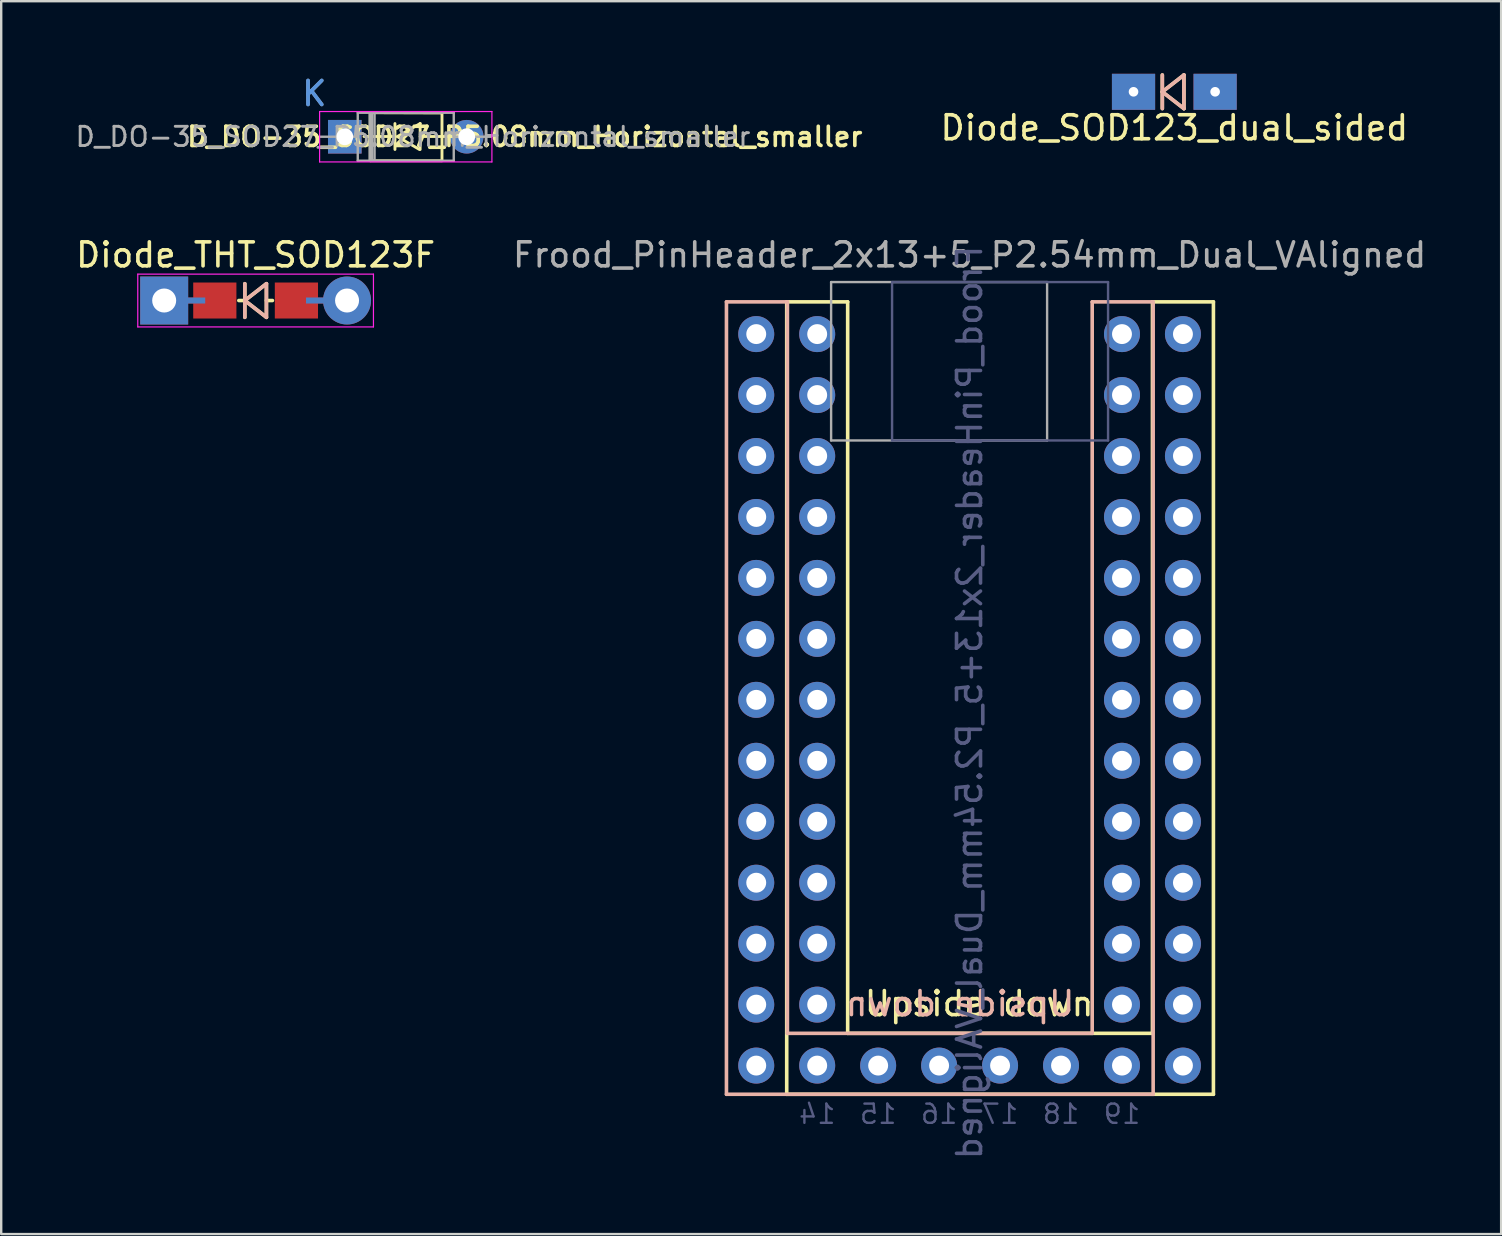
<source format=kicad_pcb>
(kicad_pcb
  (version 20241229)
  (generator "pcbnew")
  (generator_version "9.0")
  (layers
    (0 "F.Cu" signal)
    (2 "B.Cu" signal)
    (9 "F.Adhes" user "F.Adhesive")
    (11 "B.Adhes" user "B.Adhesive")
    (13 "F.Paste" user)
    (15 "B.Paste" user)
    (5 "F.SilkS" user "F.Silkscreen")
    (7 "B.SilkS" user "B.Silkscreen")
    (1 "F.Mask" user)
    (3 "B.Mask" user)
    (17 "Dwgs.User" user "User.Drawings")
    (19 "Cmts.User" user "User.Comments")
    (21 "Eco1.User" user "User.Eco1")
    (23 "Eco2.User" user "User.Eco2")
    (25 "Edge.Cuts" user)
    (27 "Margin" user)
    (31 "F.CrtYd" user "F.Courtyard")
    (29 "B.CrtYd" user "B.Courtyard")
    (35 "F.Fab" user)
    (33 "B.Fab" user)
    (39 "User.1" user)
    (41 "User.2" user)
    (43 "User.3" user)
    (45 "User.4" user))
  (footprint "Diode_SOD123_dual_sided"
    (placed yes)
    (layer "F.Cu")
    (at 45.882 0.775)
    (property "Reference" "Diode_SOD123_dual_sided" (at 0 1.5 0) (layer "F.SilkS") (effects (font (size 1 1) (thickness 0.15))))
    (attr through_hole)
    (fp_line (start -0.5 -0.7) (end -0.5 0.7) (stroke (width 0.15) (type solid)) (layer "F.SilkS"))
    (fp_line (start -0.5 0) (end 0.4 -0.7) (stroke (width 0.15) (type solid)) (layer "F.SilkS"))
    (fp_line (start 0.4 -0.7) (end 0.4 0.7) (stroke (width 0.15) (type solid)) (layer "F.SilkS"))
    (fp_line (start 0.4 0.7) (end -0.5 0) (stroke (width 0.15) (type solid)) (layer "F.SilkS"))
    (fp_line (start -0.5 -0.7) (end -0.5 0.7) (stroke (width 0.15) (type solid)) (layer "B.SilkS"))
    (fp_line (start -0.5 0) (end 0.4 -0.7) (stroke (width 0.15) (type solid)) (layer "B.SilkS"))
    (fp_line (start 0.4 -0.7) (end 0.4 0.7) (stroke (width 0.15) (type solid)) (layer "B.SilkS"))
    (fp_line (start 0.4 0.7) (end -0.5 0) (stroke (width 0.15) (type solid)) (layer "B.SilkS"))
    (pad "1" thru_hole rect (at -1.7 0) (size 1.8 1.5) (drill 0.4) (layers "*.Cu" "*.Mask"))
    (pad "2" thru_hole rect (at 1.7 0) (size 1.8 1.5) (drill 0.4) (layers "*.Cu" "*.Mask")))
  (footprint "Frood_PinHeader_2x13+5_P2.54mm_Dual_VAligned"
    (layer "F.Cu")
    (at 37.351 10.871)
    (property "Reference" "Frood_PinHeader_2x13+5_P2.54mm_Dual_VAligned" (at 0 -3.3 0) (layer "F.Fab") (effects (font (size 1 1) (thickness 0.15))))
    (attr through_hole)
    (fp_line (start -7.62 -1.344) (end -5.08 -1.344) (stroke (width 0.15) (type solid)) (layer "F.SilkS"))
    (fp_line (start -7.62 31.676) (end -7.62 -1.344) (stroke (width 0.15) (type solid)) (layer "F.SilkS"))
    (fp_line (start -5.08 -1.344) (end -5.08 29.136) (stroke (width 0.15) (type solid)) (layer "F.SilkS"))
    (fp_line (start 7.62 -1.344) (end 10.16 -1.344) (stroke (width 0.15) (type solid)) (layer "F.SilkS"))
    (fp_line (start 7.62 29.136) (end -5.08 29.136) (stroke (width 0.15) (type solid)) (layer "F.SilkS"))
    (fp_line (start 7.62 29.136) (end 7.62 -1.344) (stroke (width 0.15) (type solid)) (layer "F.SilkS"))
    (fp_line (start 10.16 -1.344) (end 10.16 31.676) (stroke (width 0.15) (type solid)) (layer "F.SilkS"))
    (fp_line (start 10.16 31.676) (end -7.62 31.676) (stroke (width 0.15) (type solid)) (layer "F.SilkS"))
    (fp_line (start -10.131 -1.344) (end -10.131 31.676) (stroke (width 0.15) (type solid)) (layer "B.SilkS"))
    (fp_line (start -10.131 31.676) (end 7.649 31.676) (stroke (width 0.15) (type solid)) (layer "B.SilkS"))
    (fp_line (start -7.591 -1.344) (end -10.131 -1.344) (stroke (width 0.15) (type solid)) (layer "B.SilkS"))
    (fp_line (start -7.591 29.136) (end -7.591 -1.344) (stroke (width 0.15) (type solid)) (layer "B.SilkS"))
    (fp_line (start -7.591 29.136) (end 5.109 29.136) (stroke (width 0.15) (type solid)) (layer "B.SilkS"))
    (fp_line (start 5.109 -1.344) (end 5.109 29.136) (stroke (width 0.15) (type solid)) (layer "B.SilkS"))
    (fp_line (start 7.649 -1.344) (end 5.109 -1.344) (stroke (width 0.15) (type solid)) (layer "B.SilkS"))
    (fp_line (start 7.649 31.676) (end 7.649 -1.344) (stroke (width 0.15) (type solid)) (layer "B.SilkS"))
    (fp_line (start -3.23 -2.167) (end 5.77 -2.167) (stroke (width 0.1) (type solid)) (layer "B.Fab"))
    (fp_line (start -3.23 4.433) (end -3.23 -2.167) (stroke (width 0.1) (type solid)) (layer "B.Fab"))
    (fp_line (start 5.77 -2.167) (end 5.77 4.433) (stroke (width 0.1) (type solid)) (layer "B.Fab"))
    (fp_line (start 5.77 4.433) (end -3.23 4.433) (stroke (width 0.1) (type solid)) (layer "B.Fab"))
    (fp_line (start -5.77 -2.167) (end -5.77 4.433) (stroke (width 0.1) (type solid)) (layer "F.Fab"))
    (fp_line (start -5.77 4.433) (end 3.23 4.433) (stroke (width 0.1) (type solid)) (layer "F.Fab"))
    (fp_line (start 3.23 -2.167) (end -5.77 -2.167) (stroke (width 0.1) (type solid)) (layer "F.Fab"))
    (fp_line (start 3.23 4.433) (end 3.23 -2.167) (stroke (width 0.1) (type solid)) (layer "F.Fab"))
    (fp_text user "Upside down" (at 0.4 27.9 0) (unlocked yes) (layer "F.SilkS") (effects (font (size 1 1) (thickness 0.15))))
    (fp_text user "Upside down" (at -0.4 27.9 0) (unlocked yes) (layer "B.SilkS") (effects (font (size 1 1) (thickness 0.15)) (justify mirror)))
    (fp_text user "18" (at 3.81 32.5 0) (unlocked yes) (layer "B.Fab") (effects (font (size 0.8 0.8) (thickness 0.1)) (justify mirror)))
    (fp_text user "19" (at 6.35 32.5 0) (unlocked yes) (layer "B.Fab") (effects (font (size 0.8 0.8) (thickness 0.1)) (justify mirror)))
    (fp_text user "17" (at 1.27 32.5 0) (unlocked yes) (layer "B.Fab") (effects (font (size 0.8 0.8) (thickness 0.1)) (justify mirror)))
    (fp_text user "${REFERENCE}" (at 0 15.35 270) (layer "B.Fab") (effects (font (size 1 1) (thickness 0.15)) (justify mirror)))
    (fp_text user "15" (at -3.81 32.5 0) (unlocked yes) (layer "B.Fab") (effects (font (size 0.8 0.8) (thickness 0.1)) (justify mirror)))
    (fp_text user "14" (at -6.35 32.5 0) (unlocked yes) (layer "B.Fab") (effects (font (size 0.8 0.8) (thickness 0.1)) (justify mirror)))
    (fp_text user "16" (at -1.27 32.5 0) (unlocked yes) (layer "B.Fab") (effects (font (size 0.8 0.8) (thickness 0.1)) (justify mirror)))
    (pad "1" thru_hole oval (at -8.89 0) (size 1.5 1.5) (drill 0.83) (layers "*.Cu" "*.Mask"))
    (pad "1" thru_hole oval (at 8.89 0) (size 1.5 1.5) (drill 0.83) (layers "*.Cu" "*.Mask"))
    (pad "2" thru_hole oval (at -8.89 2.54) (size 1.5 1.5) (drill 0.83) (layers "*.Cu" "*.Mask"))
    (pad "2" thru_hole oval (at 8.89 2.54) (size 1.5 1.5) (drill 0.83) (layers "*.Cu" "*.Mask"))
    (pad "3" thru_hole oval (at -8.89 5.08) (size 1.5 1.5) (drill 0.83) (layers "*.Cu" "*.Mask"))
    (pad "3" thru_hole oval (at 8.89 5.08) (size 1.5 1.5) (drill 0.83) (layers "*.Cu" "*.Mask"))
    (pad "4" thru_hole oval (at -8.89 7.62 315) (size 1.5 1.5) (drill 0.83) (layers "*.Cu" "*.Mask"))
    (pad "4" thru_hole oval (at 8.89 7.62 315) (size 1.5 1.5) (drill 0.83) (layers "*.Cu" "*.Mask"))
    (pad "5" thru_hole oval (at -8.89 10.16 315) (size 1.5 1.5) (drill 0.83) (layers "*.Cu" "*.Mask"))
    (pad "5" thru_hole oval (at 8.89 10.16 315) (size 1.5 1.5) (drill 0.83) (layers "*.Cu" "*.Mask"))
    (pad "6" thru_hole oval (at -8.89 12.7) (size 1.5 1.5) (drill 0.83) (layers "*.Cu" "*.Mask"))
    (pad "6" thru_hole oval (at 8.89 12.7) (size 1.5 1.5) (drill 0.83) (layers "*.Cu" "*.Mask"))
    (pad "7" thru_hole oval (at -8.89 15.24) (size 1.5 1.5) (drill 0.83) (layers "*.Cu" "*.Mask"))
    (pad "7" thru_hole oval (at 8.89 15.24) (size 1.5 1.5) (drill 0.83) (layers "*.Cu" "*.Mask"))
    (pad "8" thru_hole oval (at -8.89 17.78) (size 1.5 1.5) (drill 0.83) (layers "*.Cu" "*.Mask"))
    (pad "8" thru_hole oval (at 8.89 17.78) (size 1.5 1.5) (drill 0.83) (layers "*.Cu" "*.Mask"))
    (pad "9" thru_hole oval (at -8.89 20.32) (size 1.5 1.5) (drill 0.83) (layers "*.Cu" "*.Mask"))
    (pad "9" thru_hole oval (at 8.89 20.32) (size 1.5 1.5) (drill 0.83) (layers "*.Cu" "*.Mask"))
    (pad "10" thru_hole oval (at -8.89 22.86) (size 1.5 1.5) (drill 0.83) (layers "*.Cu" "*.Mask"))
    (pad "10" thru_hole oval (at 8.89 22.86) (size 1.5 1.5) (drill 0.83) (layers "*.Cu" "*.Mask"))
    (pad "11" thru_hole oval (at -8.89 25.4) (size 1.5 1.5) (drill 0.83) (layers "*.Cu" "*.Mask"))
    (pad "11" thru_hole oval (at 8.89 25.4) (size 1.5 1.5) (drill 0.83) (layers "*.Cu" "*.Mask"))
    (pad "12" thru_hole oval (at -8.89 27.94) (size 1.5 1.5) (drill 0.83) (layers "*.Cu" "*.Mask"))
    (pad "12" thru_hole oval (at 8.89 27.94) (size 1.5 1.5) (drill 0.83) (layers "*.Cu" "*.Mask"))
    (pad "13" thru_hole oval (at -8.89 30.48) (size 1.5 1.5) (drill 0.83) (layers "*.Cu" "*.Mask"))
    (pad "13" thru_hole oval (at 8.89 30.48) (size 1.5 1.5) (drill 0.83) (layers "*.Cu" "*.Mask"))
    (pad "14" thru_hole oval (at 6.35 30.48) (size 1.5 1.5) (drill 0.83) (layers "*.Cu" "*.Mask"))
    (pad "15" thru_hole oval (at 3.81 30.48) (size 1.5 1.5) (drill 0.83) (layers "*.Cu" "*.Mask"))
    (pad "16" thru_hole oval (at 1.27 30.48) (size 1.5 1.5) (drill 0.83) (layers "*.Cu" "*.Mask"))
    (pad "17" thru_hole oval (at -1.27 30.48) (size 1.5 1.5) (drill 0.83) (layers "*.Cu" "*.Mask"))
    (pad "18" thru_hole oval (at -3.81 30.48) (size 1.5 1.5) (drill 0.83) (layers "*.Cu" "*.Mask"))
    (pad "19" thru_hole oval (at -6.35 30.48) (size 1.5 1.5) (drill 0.83) (layers "*.Cu" "*.Mask"))
    (pad "20" thru_hole oval (at -6.35 27.94) (size 1.5 1.5) (drill 0.83) (layers "*.Cu" "*.Mask"))
    (pad "20" thru_hole oval (at 6.35 27.94) (size 1.5 1.5) (drill 0.83) (layers "*.Cu" "*.Mask"))
    (pad "21" thru_hole oval (at -6.35 25.4) (size 1.5 1.5) (drill 0.83) (layers "*.Cu" "*.Mask"))
    (pad "21" thru_hole oval (at 6.35 25.4) (size 1.5 1.5) (drill 0.83) (layers "*.Cu" "*.Mask"))
    (pad "22" thru_hole oval (at -6.35 22.86) (size 1.5 1.5) (drill 0.83) (layers "*.Cu" "*.Mask"))
    (pad "22" thru_hole oval (at 6.35 22.86) (size 1.5 1.5) (drill 0.83) (layers "*.Cu" "*.Mask"))
    (pad "23" thru_hole oval (at -6.35 20.32) (size 1.5 1.5) (drill 0.83) (layers "*.Cu" "*.Mask"))
    (pad "23" thru_hole oval (at 6.35 20.32) (size 1.5 1.5) (drill 0.83) (layers "*.Cu" "*.Mask"))
    (pad "24" thru_hole oval (at -6.35 17.78) (size 1.5 1.5) (drill 0.83) (layers "*.Cu" "*.Mask"))
    (pad "24" thru_hole oval (at 6.35 17.78) (size 1.5 1.5) (drill 0.83) (layers "*.Cu" "*.Mask"))
    (pad "25" thru_hole oval (at -6.35 15.24) (size 1.5 1.5) (drill 0.83) (layers "*.Cu" "*.Mask"))
    (pad "25" thru_hole oval (at 6.35 15.24) (size 1.5 1.5) (drill 0.83) (layers "*.Cu" "*.Mask"))
    (pad "26" thru_hole oval (at -6.35 12.7) (size 1.5 1.5) (drill 0.83) (layers "*.Cu" "*.Mask"))
    (pad "26" thru_hole oval (at 6.35 12.7) (size 1.5 1.5) (drill 0.83) (layers "*.Cu" "*.Mask"))
    (pad "27" thru_hole oval (at -6.35 10.16) (size 1.5 1.5) (drill 0.83) (layers "*.Cu" "*.Mask"))
    (pad "27" thru_hole oval (at 6.35 10.16) (size 1.5 1.5) (drill 0.83) (layers "*.Cu" "*.Mask"))
    (pad "28" thru_hole oval (at -6.35 7.62) (size 1.5 1.5) (drill 0.83) (layers "*.Cu" "*.Mask"))
    (pad "28" thru_hole oval (at 6.35 7.62) (size 1.5 1.5) (drill 0.83) (layers "*.Cu" "*.Mask"))
    (pad "29" thru_hole oval (at -6.35 5.08 315) (size 1.5 1.5) (drill 0.83) (layers "*.Cu" "*.Mask"))
    (pad "29" thru_hole oval (at 6.35 5.08 315) (size 1.5 1.5) (drill 0.83) (layers "*.Cu" "*.Mask"))
    (pad "30" thru_hole oval (at -6.35 2.54) (size 1.5 1.5) (drill 0.83) (layers "*.Cu" "*.Mask"))
    (pad "30" thru_hole oval (at 6.35 2.54) (size 1.5 1.5) (drill 0.83) (layers "*.Cu" "*.Mask"))
    (pad "31" thru_hole oval (at -6.35 0) (size 1.5 1.5) (drill 0.83) (layers "*.Cu" "*.Mask"))
    (pad "31" thru_hole oval (at 6.35 0) (size 1.5 1.5) (drill 0.83) (layers "*.Cu" "*.Mask")))
  (footprint "Diode_THT_SOD123F"
    (placed yes)
    (layer "F.Cu")
    (at 7.601 9.472)
    (property "Reference" "Diode_THT_SOD123F" (at 0 -1.9 0) (layer "F.SilkS") (effects (font (size 1 1) (thickness 0.15))))
    (attr through_hole)
    (fp_line (start -0.7 0) (end -0.45 0) (stroke (width 0.15) (type solid)) (layer "F.SilkS"))
    (fp_line (start -0.45 -0.7) (end -0.45 0.7) (stroke (width 0.15) (type solid)) (layer "F.SilkS"))
    (fp_line (start -0.45 0) (end 0.45 -0.7) (stroke (width 0.15) (type solid)) (layer "F.SilkS"))
    (fp_line (start 0.45 -0.7) (end 0.45 0.7) (stroke (width 0.15) (type solid)) (layer "F.SilkS"))
    (fp_line (start 0.45 0.7) (end -0.45 0) (stroke (width 0.15) (type solid)) (layer "F.SilkS"))
    (fp_line (start 0.7 0) (end 0.45 0) (stroke (width 0.15) (type solid)) (layer "F.SilkS"))
    (fp_line (start -0.45 -0.7) (end -0.45 0.7) (stroke (width 0.15) (type solid)) (layer "B.SilkS"))
    (fp_line (start -0.45 0) (end 0.45 -0.7) (stroke (width 0.15) (type solid)) (layer "B.SilkS"))
    (fp_line (start 0.45 -0.7) (end 0.45 0.7) (stroke (width 0.15) (type solid)) (layer "B.SilkS"))
    (fp_line (start 0.45 0.7) (end -0.45 0) (stroke (width 0.15) (type solid)) (layer "B.SilkS"))
    (fp_line (start -4.91 -1.1) (end -4.91 1.1) (stroke (width 0.05) (type solid)) (layer "F.CrtYd"))
    (fp_line (start -4.91 1.1) (end 4.91 1.1) (stroke (width 0.05) (type solid)) (layer "F.CrtYd"))
    (fp_line (start 4.91 -1.1) (end -4.91 -1.1) (stroke (width 0.05) (type solid)) (layer "F.CrtYd"))
    (fp_line (start 4.91 1.1) (end 4.91 -1.1) (stroke (width 0.05) (type solid)) (layer "F.CrtYd"))
    (pad "1" thru_hole rect (at -3.81 0 180) (size 2 2) (drill 1) (layers "*.Cu" "*.Mask"))
    (pad "1" smd rect (at -2.7 0 180) (size 1.2 0.25) (layers "F.Cu"))
    (pad "1" smd rect (at -2.7 0 180) (size 1.2 0.25) (layers "B.Cu"))
    (pad "1" smd rect (at -1.7 0) (size 1.8 1.5) (layers "*.Paste" "*.Mask" "F.Cu"))
    (pad "2" smd rect (at 1.7 0) (size 1.8 1.5) (layers "*.Paste" "*.Mask" "F.Cu"))
    (pad "2" smd rect (at 2.7 0 180) (size 1.2 0.25) (layers "F.Cu"))
    (pad "2" smd rect (at 2.7 0 180) (size 1.2 0.25) (layers "B.Cu"))
    (pad "2" thru_hole circle (at 3.81 0 180) (size 1.999 1.999) (drill 1) (layers "*.Cu" "*.Mask")))
  (footprint "D_DO-35_SOD27_P5.08mm_Horizontal_smaller"
    (layer "F.Cu")
    (at 10.047 2.648)
    (property "Reference" "D_DO-35_SOD27_P5.08mm_Horizontal_smaller" (at 8.77 0 0) (layer "F.SilkS") (effects (font (size 0.8 0.8) (thickness 0.15))))
    (attr through_hole)
    (fp_line (start 2.07 -0.01) (end 3.35 -0.01) (stroke (width 0.12) (type solid)) (layer "F.SilkS"))
    (fp_line (start 2.33 -1) (end 5.32 -0.99) (stroke (width 0.12) (type solid)) (layer "F.SilkS"))
    (fp_line (start 2.33 1) (end 2.33 -1) (stroke (width 0.12) (type solid)) (layer "F.SilkS"))
    (fp_line (start 2.34 1) (end 5.31 1) (stroke (width 0.12) (type solid)) (layer "F.SilkS"))
    (fp_line (start 3.36 0.53) (end 3.36 -0.55) (stroke (width 0.12) (type solid)) (layer "F.SilkS"))
    (fp_line (start 3.46 -0.01) (end 4.41 -0.55) (stroke (width 0.12) (type solid)) (layer "F.SilkS"))
    (fp_line (start 3.47 0) (end 4.38 0.53) (stroke (width 0.12) (type solid)) (layer "F.SilkS"))
    (fp_line (start 4.41 0.53) (end 4.41 -0.55) (stroke (width 0.12) (type solid)) (layer "F.SilkS"))
    (fp_line (start 5.32 1) (end 5.32 -0.99) (stroke (width 0.12) (type solid)) (layer "F.SilkS"))
    (fp_line (start 5.53 -0.01) (end 4.41 -0.01) (stroke (width 0.12) (type solid)) (layer "F.SilkS"))
    (fp_line (start 0.22 -1.05) (end 0.22 1.05) (stroke (width 0.05) (type solid)) (layer "F.CrtYd"))
    (fp_line (start 0.22 1.05) (end 7.4 1.05) (stroke (width 0.05) (type solid)) (layer "F.CrtYd"))
    (fp_line (start 7.4 -1.05) (end 0.22 -1.05) (stroke (width 0.05) (type solid)) (layer "F.CrtYd"))
    (fp_line (start 7.4 1.05) (end 7.4 -1.05) (stroke (width 0.05) (type solid)) (layer "F.CrtYd"))
    (fp_line (start 0.25 0) (end 1.81 0) (stroke (width 0.1) (type solid)) (layer "F.Fab"))
    (fp_line (start 1.81 -1) (end 1.81 1) (stroke (width 0.1) (type solid)) (layer "F.Fab"))
    (fp_line (start 1.81 1) (end 5.81 1) (stroke (width 0.1) (type solid)) (layer "F.Fab"))
    (fp_line (start 2.31 -1) (end 2.31 1) (stroke (width 0.1) (type solid)) (layer "F.Fab"))
    (fp_line (start 2.41 -1) (end 2.41 1) (stroke (width 0.1) (type solid)) (layer "F.Fab"))
    (fp_line (start 2.51 -1) (end 2.51 1) (stroke (width 0.1) (type solid)) (layer "F.Fab"))
    (fp_line (start 5.81 -1) (end 1.81 -1) (stroke (width 0.1) (type solid)) (layer "F.Fab"))
    (fp_line (start 5.81 1) (end 5.81 -1) (stroke (width 0.1) (type solid)) (layer "F.Fab"))
    (fp_line (start 7.37 0) (end 5.81 0) (stroke (width 0.1) (type solid)) (layer "F.Fab"))
    (fp_text user "K" (at 0 -1.8 0) (layer "Cmts.User") (effects (font (size 1 1) (thickness 0.15))))
    (fp_text user "${REFERENCE}" (at 4.11 0 0) (layer "F.Fab") (effects (font (size 0.8 0.8) (thickness 0.12))))
    (fp_text user "K" (at 0 -1.8 0) (layer "F.Fab") (effects (font (size 1 1) (thickness 0.15))))
    (pad "1" thru_hole rect (at 1.27 0) (size 1.4 1.4) (drill 0.7) (layers "*.Cu" "*.Mask"))
    (pad "2" thru_hole circle (at 6.35 0) (size 1.4 1.4) (drill 0.7) (layers "*.Cu" "*.Mask")))
  (gr_rect
    (start -3 -3)
    (end 59.5 48.37)
    (stroke (width 0.1) (type default))
    (fill no)
    (layer "Edge.Cuts")))
</source>
